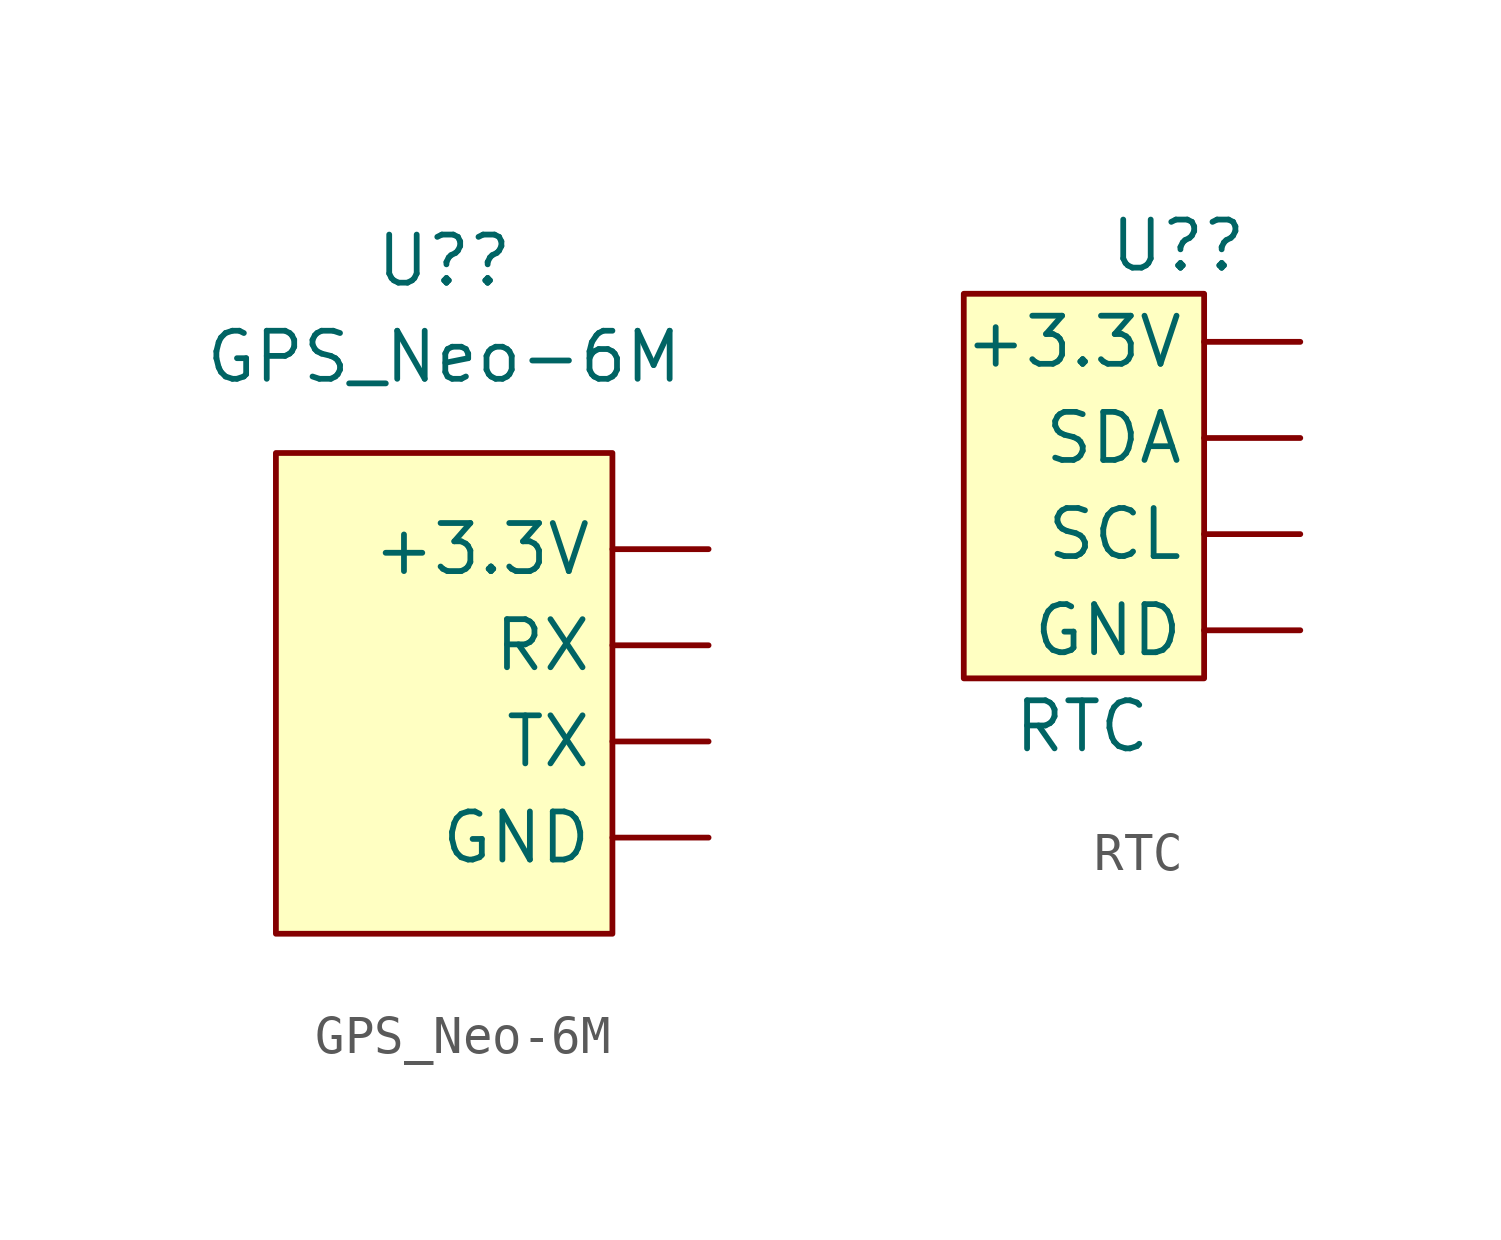
<source format=kicad_sym>
(kicad_symbol_lib
  (version 20211014)
  (generator kicad_symbol_editor)
  (symbol "GPS_Neo-6M"
    (property "Reference" "U?"
      (at -1.905 11.43 0)
      (effects (font (size 1.27 1.27))))
    (property "Value" "GPS_Neo-6M"
      (at -1.905 8.89 0)
      (effects (font (size 1.27 1.27))))
    (symbol "GPS_Neo-6M_0_1"
      (rectangle (start -6.35 6.35) (end 2.54 -6.35) (stroke (width 0) (type default) (color 0 0 0 0)) (fill (type background))))
    (symbol "GPS_Neo-6M_1_1"
      (pin power_in line (at 5.08 3.81 180) (length 2.54) (name "+3.3V" (effects (font (size 1.27 1.27)))) (number "" (effects (font (size 1.27 1.27)))))
      (pin passive line (at 5.08 -3.81 180) (length 2.54) (name "GND" (effects (font (size 1.27 1.27)))) (number "" (effects (font (size 1.27 1.27)))))
      (pin passive line (at 5.08 1.27 180) (length 2.54) (name "RX" (effects (font (size 1.27 1.27)))) (number "" (effects (font (size 1.27 1.27)))))
      (pin passive line (at 5.08 -1.27 180) (length 2.54) (name "TX" (effects (font (size 1.27 1.27)))) (number "" (effects (font (size 1.27 1.27)))))))
  (symbol "RTC"
    (property "Reference" "U?"
      (at -1.27 6.35 0)
      (effects (font (size 1.27 1.27)) (justify left)))
    (property "Value" "RTC"
      (at -3.81 -6.35 0)
      (effects (font (size 1.27 1.27)) (justify left)))
    (symbol "RTC_0_1"
      (rectangle (start -5.08 5.08) (end 1.27 -5.08) (stroke (width 0) (type default) (color 0 0 0 0)) (fill (type background))))
    (symbol "RTC_1_1"
      (pin power_in line (at 3.81 3.81 180) (length 2.54) (name "+3.3V" (effects (font (size 1.27 1.27)))) (number "" (effects (font (size 1.27 1.27)))))
      (pin power_in line (at 3.81 -3.81 180) (length 2.54) (name "GND" (effects (font (size 1.27 1.27)))) (number "" (effects (font (size 1.27 1.27)))))
      (pin passive line (at 3.81 -1.27 180) (length 2.54) (name "SCL" (effects (font (size 1.27 1.27)))) (number "" (effects (font (size 1.27 1.27)))))
      (pin passive line (at 3.81 1.27 180) (length 2.54) (name "SDA" (effects (font (size 1.27 1.27)))) (number "" (effects (font (size 1.27 1.27))))))))
</source>
